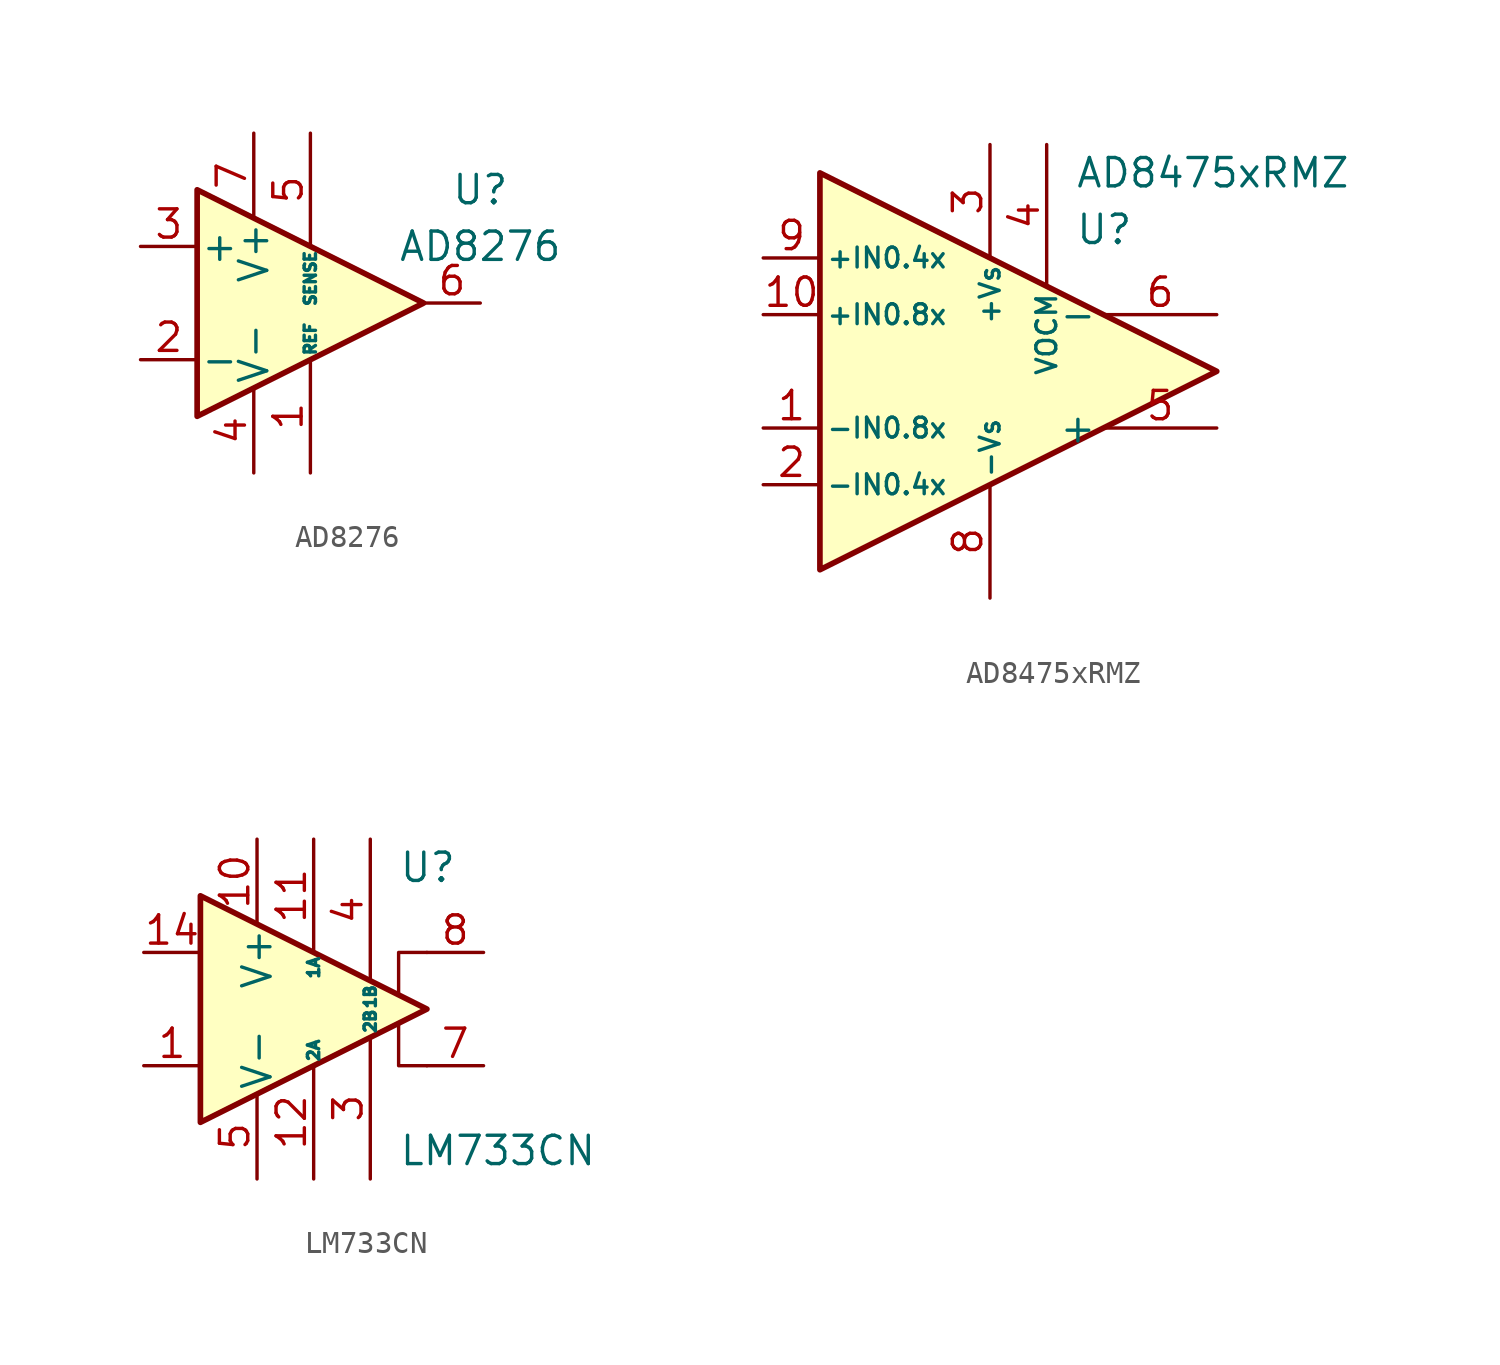
<source format=kicad_sym>
(kicad_symbol_lib
  (version 20201005)
  (generator kicad_symbol_editor)
  (symbol "AD8276"
    (pin_names
      (offset 0.127))
    (property "Reference" "U"
      (at 7.62 5.08 0)
      (effects (font (size 1.27 1.27))))
    (property "Value" "AD8276"
      (at 7.62 2.54 0)
      (effects (font (size 1.27 1.27))))
    (symbol "AD8276_0_1"
      (polyline (pts (xy -5.08 5.08) (xy 5.08 0) (xy -5.08 -5.08) (xy -5.08 5.08)) (stroke (width 0.254)) (fill (type background))))
    (symbol "AD8276_1_1"
      (pin passive line (at 0 -7.62 90) (length 5.08) (name "REF" (effects (font (size 0.508 0.508)))) (number "1" (effects (font (size 1.27 1.27)))))
      (pin passive line (at -7.62 -2.54 0) (length 2.54) (name "-" (effects (font (size 1.27 1.27)))) (number "2" (effects (font (size 1.27 1.27)))))
      (pin passive line (at -7.62 2.54 0) (length 2.54) (name "+" (effects (font (size 1.27 1.27)))) (number "3" (effects (font (size 1.27 1.27)))))
      (pin power_in line (at -2.54 -7.62 90) (length 3.81) (name "V-" (effects (font (size 1.27 1.27)))) (number "4" (effects (font (size 1.27 1.27)))))
      (pin passive line (at 0 7.62 270) (length 5.08) (name "SENSE" (effects (font (size 0.508 0.508)))) (number "5" (effects (font (size 1.27 1.27)))))
      (pin output line (at 7.62 0 180) (length 2.54) (name "~" (effects (font (size 1.27 1.27)))) (number "6" (effects (font (size 1.27 1.27)))))
      (pin power_in line (at -2.54 7.62 270) (length 3.81) (name "V+" (effects (font (size 1.27 1.27)))) (number "7" (effects (font (size 1.27 1.27)))))
      (pin no_connect line (at -5.08 0 0) (length 2.54) hide (name "~" (effects (font (size 1.27 1.27)))) (number "8" (effects (font (size 1.27 1.27)))))))
  (symbol "AD8475xRMZ"
    (pin_names
      (offset 0.254))
    (property "Reference" "U"
      (at 3.81 6.35 0)
      (effects (font (size 1.27 1.27)) (justify left)))
    (property "Value" "AD8475xRMZ"
      (at 3.81 8.89 0)
      (effects (font (size 1.27 1.27)) (justify left)))
    (symbol "AD8475xRMZ_0_1"
      (polyline (pts (xy -7.62 8.89) (xy -7.62 -8.89) (xy 10.16 0) (xy -7.62 8.89)) (stroke (width 0.254)) (fill (type background))))
    (symbol "AD8475xRMZ_1_1"
      (pin input line (at -10.16 -2.54 0) (length 2.54) (name "-IN0.8x" (effects (font (size 0.889 0.889)))) (number "1" (effects (font (size 1.27 1.27)))))
      (pin input line (at -10.16 2.54 0) (length 2.54) (name "+IN0.8x" (effects (font (size 0.889 0.889)))) (number "10" (effects (font (size 1.27 1.27)))))
      (pin input line (at -10.16 -5.08 0) (length 2.54) (name "-IN0.4x" (effects (font (size 0.889 0.889)))) (number "2" (effects (font (size 1.27 1.27)))))
      (pin power_in line (at 0 10.16 270) (length 5.08) (name "+Vs" (effects (font (size 0.889 0.889)))) (number "3" (effects (font (size 1.27 1.27)))))
      (pin power_in line (at 2.54 10.16 270) (length 6.35) (name "VOCM" (effects (font (size 0.889 0.889)))) (number "4" (effects (font (size 1.27 1.27)))))
      (pin output line (at 10.16 -2.54 180) (length 5.08) (name "+" (effects (font (size 1.27 1.27)))) (number "5" (effects (font (size 1.27 1.27)))))
      (pin output line (at 10.16 2.54 180) (length 5.08) (name "-" (effects (font (size 1.27 1.27)))) (number "6" (effects (font (size 1.27 1.27)))))
      (pin no_connect line (at -7.62 -7.62 0) (length 2.54) hide (name "NC" (effects (font (size 1.27 1.27)))) (number "7" (effects (font (size 1.27 1.27)))))
      (pin power_in line (at 0 -10.16 90) (length 5.08) (name "-Vs" (effects (font (size 0.889 0.889)))) (number "8" (effects (font (size 1.27 1.27)))))
      (pin input line (at -10.16 5.08 0) (length 2.54) (name "+IN0.4x" (effects (font (size 0.889 0.889)))) (number "9" (effects (font (size 1.27 1.27)))))))
  (symbol "LM733CN"
    (pin_names
      (offset 0.127))
    (property "Reference" "U"
      (at 3.81 6.35 0)
      (effects (font (size 1.27 1.27)) (justify left)))
    (property "Value" "LM733CN"
      (at 3.81 -6.35 0)
      (effects (font (size 1.27 1.27)) (justify left)))
    (symbol "LM733CN_0_1"
      (polyline (pts (xy 5.08 -2.54) (xy 3.81 -2.54) (xy 3.81 -0.635)) (stroke (width 0)) (fill (type none)))
      (polyline (pts (xy 5.08 2.54) (xy 3.81 2.54) (xy 3.81 0.635)) (stroke (width 0)) (fill (type none)))
      (polyline (pts (xy 5.08 0) (xy -5.08 5.08) (xy -5.08 -5.08) (xy 5.08 0)) (stroke (width 0.254)) (fill (type background))))
    (symbol "LM733CN_1_1"
      (pin input line (at -7.62 -2.54 0) (length 2.54) (name "~" (effects (font (size 1.27 1.27)))) (number "1" (effects (font (size 1.27 1.27)))))
      (pin power_in line (at -2.54 7.62 270) (length 3.81) (name "V+" (effects (font (size 1.27 1.27)))) (number "10" (effects (font (size 1.27 1.27)))))
      (pin passive line (at 0 7.62 270) (length 5.08) (name "1A" (effects (font (size 0.508 0.508)))) (number "11" (effects (font (size 1.27 1.27)))))
      (pin passive line (at 0 -7.62 90) (length 5.08) (name "2A" (effects (font (size 0.508 0.508)))) (number "12" (effects (font (size 1.27 1.27)))))
      (pin no_connect line (at -2.54 -2.54 90) (length 2.54) hide (name "NC" (effects (font (size 1.27 1.27)))) (number "13" (effects (font (size 1.27 1.27)))))
      (pin input line (at -7.62 2.54 0) (length 2.54) (name "~" (effects (font (size 1.27 1.27)))) (number "14" (effects (font (size 1.27 1.27)))))
      (pin no_connect line (at 2.54 2.54 270) (length 2.54) hide (name "NC" (effects (font (size 1.27 1.27)))) (number "2" (effects (font (size 1.27 1.27)))))
      (pin passive line (at 2.54 -7.62 90) (length 6.35) (name "2B" (effects (font (size 0.508 0.508)))) (number "3" (effects (font (size 1.27 1.27)))))
      (pin passive line (at 2.54 7.62 270) (length 6.35) (name "1B" (effects (font (size 0.508 0.508)))) (number "4" (effects (font (size 1.27 1.27)))))
      (pin power_in line (at -2.54 -7.62 90) (length 3.81) (name "V-" (effects (font (size 1.27 1.27)))) (number "5" (effects (font (size 1.27 1.27)))))
      (pin no_connect line (at 0 2.54 270) (length 2.54) hide (name "NC" (effects (font (size 1.27 1.27)))) (number "6" (effects (font (size 1.27 1.27)))))
      (pin output line (at 7.62 -2.54 180) (length 2.54) (name "~" (effects (font (size 1.27 1.27)))) (number "7" (effects (font (size 1.27 1.27)))))
      (pin output line (at 7.62 2.54 180) (length 2.54) (name "~" (effects (font (size 1.27 1.27)))) (number "8" (effects (font (size 1.27 1.27)))))
      (pin no_connect line (at 0 -2.54 90) (length 2.54) hide (name "NC" (effects (font (size 1.27 1.27)))) (number "9" (effects (font (size 1.27 1.27))))))))
</source>
